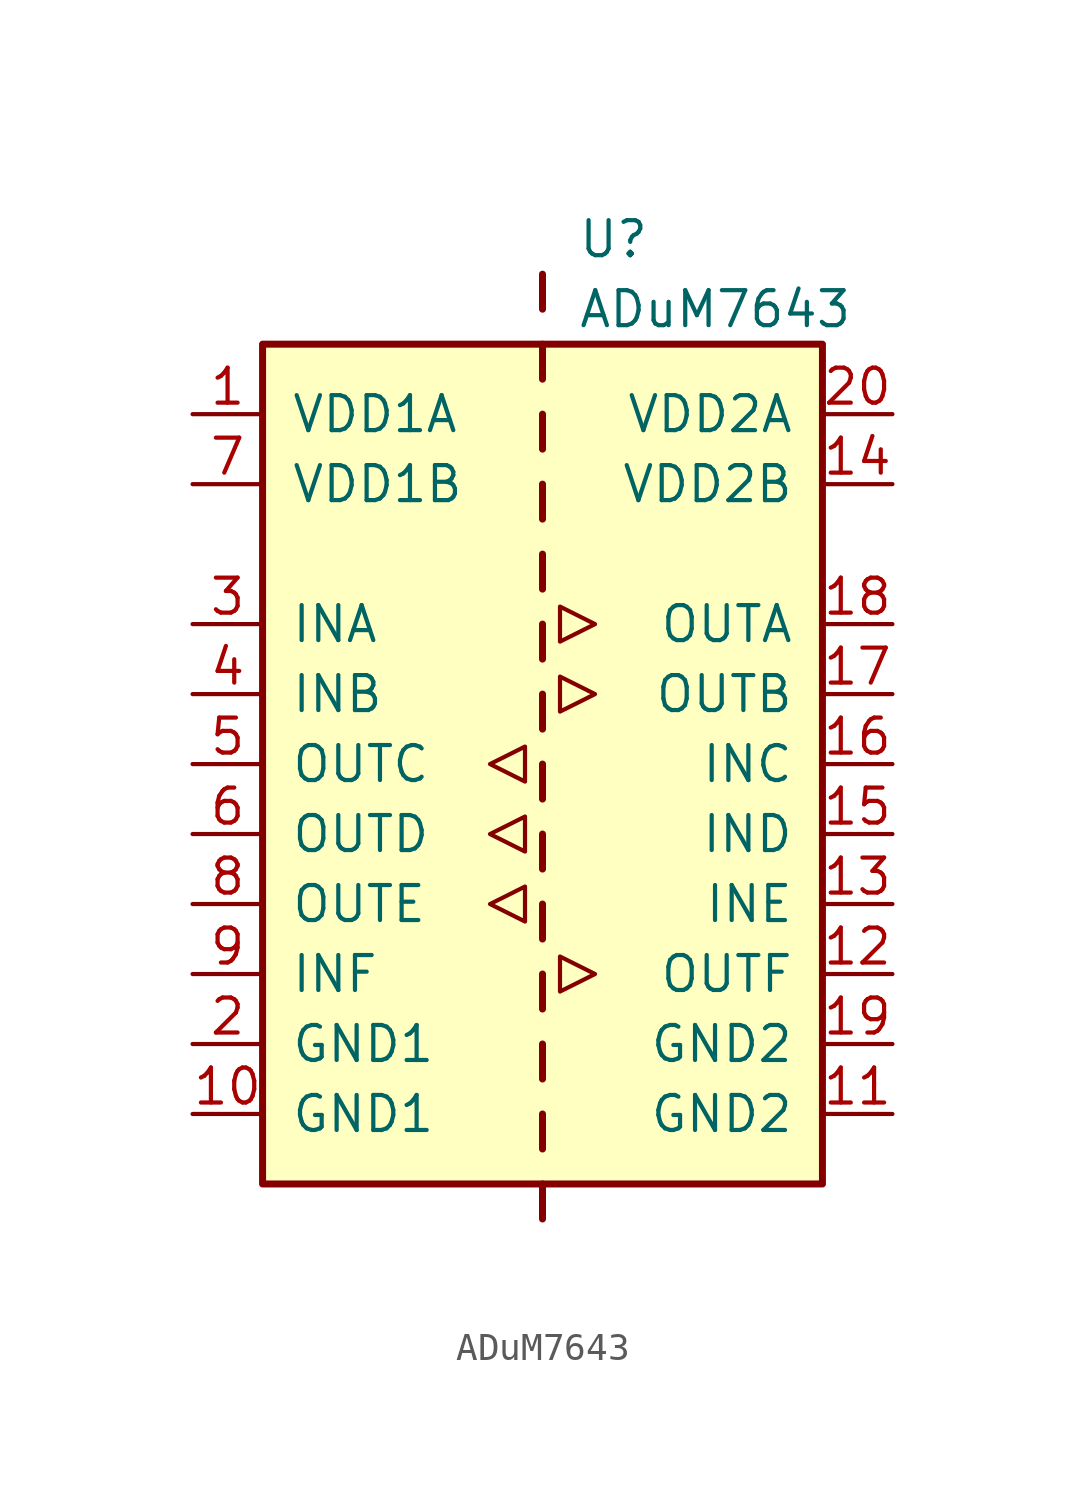
<source format=kicad_sym>
(kicad_symbol_lib
  (version 20220914)
  (generator kicad_symbol_editor)
  (symbol "ADuM7643"
    (pin_names
      (offset 1.016))
    (property "Reference" "U"
      (at 1.27 19.05 0)
      (effects (font (size 1.27 1.27)) (justify left)))
    (property "Value" "ADuM7643"
      (at 1.27 16.51 0)
      (effects (font (size 1.27 1.27)) (justify left)))
    (symbol "ADuM7643_0_1"
      (polyline (pts (xy -1.905 -5.08) (xy -0.635 -4.445) (xy -0.635 -5.715) (xy -1.905 -5.08)) (stroke (width 0) (type default)) (fill (type none)))
      (polyline (pts (xy -1.905 -2.54) (xy -0.635 -1.905) (xy -0.635 -3.175) (xy -1.905 -2.54)) (stroke (width 0) (type default)) (fill (type none)))
      (polyline (pts (xy -1.905 0) (xy -0.635 0.635) (xy -0.635 -0.635) (xy -1.905 0)) (stroke (width 0) (type default)) (fill (type none)))
      (polyline (pts (xy 0.635 -6.985) (xy 0.635 -8.255) (xy 1.905 -7.62) (xy 0.635 -6.985)) (stroke (width 0) (type default)) (fill (type none)))
      (polyline (pts (xy 0.635 3.175) (xy 0.635 1.905) (xy 1.905 2.54) (xy 0.635 3.175)) (stroke (width 0) (type default)) (fill (type none)))
      (polyline (pts (xy 0.635 5.715) (xy 0.635 4.445) (xy 1.905 5.08) (xy 0.635 5.715)) (stroke (width 0) (type default)) (fill (type none))))
    (symbol "ADuM7643_1_1"
      (rectangle (start -10.16 15.24) (end 10.16 -15.24) (stroke (width 0.254) (type default)) (fill (type background)))
      (polyline (pts (xy 0 -15.24) (xy 0 -16.51)) (stroke (width 0.254) (type default)) (fill (type none)))
      (polyline (pts (xy 0 -12.7) (xy 0 -13.97)) (stroke (width 0.254) (type default)) (fill (type none)))
      (polyline (pts (xy 0 -10.16) (xy 0 -11.43)) (stroke (width 0.254) (type default)) (fill (type none)))
      (polyline (pts (xy 0 -7.62) (xy 0 -8.89)) (stroke (width 0.254) (type default)) (fill (type none)))
      (polyline (pts (xy 0 -5.08) (xy 0 -6.35)) (stroke (width 0.254) (type default)) (fill (type none)))
      (polyline (pts (xy 0 -2.54) (xy 0 -3.81)) (stroke (width 0.254) (type default)) (fill (type none)))
      (polyline (pts (xy 0 0) (xy 0 -1.27)) (stroke (width 0.254) (type default)) (fill (type none)))
      (polyline (pts (xy 0 2.54) (xy 0 1.27)) (stroke (width 0.254) (type default)) (fill (type none)))
      (polyline (pts (xy 0 5.08) (xy 0 3.81)) (stroke (width 0.254) (type default)) (fill (type none)))
      (polyline (pts (xy 0 7.62) (xy 0 6.35)) (stroke (width 0.254) (type default)) (fill (type none)))
      (polyline (pts (xy 0 10.16) (xy 0 8.89)) (stroke (width 0.254) (type default)) (fill (type none)))
      (polyline (pts (xy 0 12.7) (xy 0 11.43)) (stroke (width 0.254) (type default)) (fill (type none)))
      (polyline (pts (xy 0 15.24) (xy 0 13.97)) (stroke (width 0.254) (type default)) (fill (type none)))
      (polyline (pts (xy 0 16.51) (xy 0 17.78)) (stroke (width 0.254) (type default)) (fill (type none)))
      (pin power_in line (at -12.7 12.7 0) (length 2.54) (name "VDD1A" (effects (font (size 1.27 1.27)))) (number "1" (effects (font (size 1.27 1.27)))))
      (pin power_in line (at -12.7 -12.7 0) (length 2.54) (name "GND1" (effects (font (size 1.27 1.27)))) (number "10" (effects (font (size 1.27 1.27)))))
      (pin power_in line (at 12.7 -12.7 180) (length 2.54) (name "GND2" (effects (font (size 1.27 1.27)))) (number "11" (effects (font (size 1.27 1.27)))))
      (pin output line (at 12.7 -7.62 180) (length 2.54) (name "OUTF" (effects (font (size 1.27 1.27)))) (number "12" (effects (font (size 1.27 1.27)))))
      (pin input line (at 12.7 -5.08 180) (length 2.54) (name "INE" (effects (font (size 1.27 1.27)))) (number "13" (effects (font (size 1.27 1.27)))))
      (pin input line (at 12.7 10.16 180) (length 2.54) (name "VDD2B" (effects (font (size 1.27 1.27)))) (number "14" (effects (font (size 1.27 1.27)))))
      (pin input line (at 12.7 -2.54 180) (length 2.54) (name "IND" (effects (font (size 1.27 1.27)))) (number "15" (effects (font (size 1.27 1.27)))))
      (pin input line (at 12.7 0 180) (length 2.54) (name "INC" (effects (font (size 1.27 1.27)))) (number "16" (effects (font (size 1.27 1.27)))))
      (pin output line (at 12.7 2.54 180) (length 2.54) (name "OUTB" (effects (font (size 1.27 1.27)))) (number "17" (effects (font (size 1.27 1.27)))))
      (pin output line (at 12.7 5.08 180) (length 2.54) (name "OUTA" (effects (font (size 1.27 1.27)))) (number "18" (effects (font (size 1.27 1.27)))))
      (pin power_in line (at 12.7 -10.16 180) (length 2.54) (name "GND2" (effects (font (size 1.27 1.27)))) (number "19" (effects (font (size 1.27 1.27)))))
      (pin power_in line (at -12.7 -10.16 0) (length 2.54) (name "GND1" (effects (font (size 1.27 1.27)))) (number "2" (effects (font (size 1.27 1.27)))))
      (pin power_in line (at 12.7 12.7 180) (length 2.54) (name "VDD2A" (effects (font (size 1.27 1.27)))) (number "20" (effects (font (size 1.27 1.27)))))
      (pin input line (at -12.7 5.08 0) (length 2.54) (name "INA" (effects (font (size 1.27 1.27)))) (number "3" (effects (font (size 1.27 1.27)))))
      (pin input line (at -12.7 2.54 0) (length 2.54) (name "INB" (effects (font (size 1.27 1.27)))) (number "4" (effects (font (size 1.27 1.27)))))
      (pin output line (at -12.7 0 0) (length 2.54) (name "OUTC" (effects (font (size 1.27 1.27)))) (number "5" (effects (font (size 1.27 1.27)))))
      (pin output line (at -12.7 -2.54 0) (length 2.54) (name "OUTD" (effects (font (size 1.27 1.27)))) (number "6" (effects (font (size 1.27 1.27)))))
      (pin power_in line (at -12.7 10.16 0) (length 2.54) (name "VDD1B" (effects (font (size 1.27 1.27)))) (number "7" (effects (font (size 1.27 1.27)))))
      (pin output line (at -12.7 -5.08 0) (length 2.54) (name "OUTE" (effects (font (size 1.27 1.27)))) (number "8" (effects (font (size 1.27 1.27)))))
      (pin input line (at -12.7 -7.62 0) (length 2.54) (name "INF" (effects (font (size 1.27 1.27)))) (number "9" (effects (font (size 1.27 1.27))))))))
</source>
